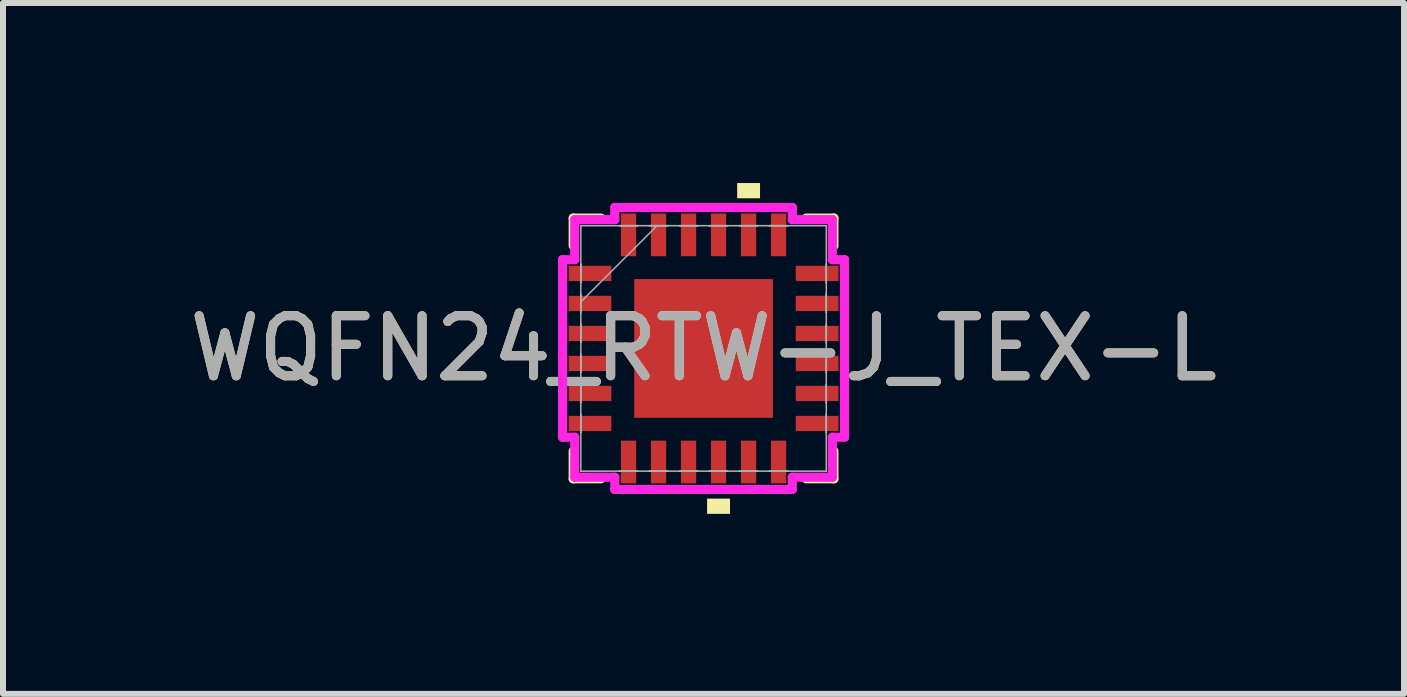
<source format=kicad_pcb>
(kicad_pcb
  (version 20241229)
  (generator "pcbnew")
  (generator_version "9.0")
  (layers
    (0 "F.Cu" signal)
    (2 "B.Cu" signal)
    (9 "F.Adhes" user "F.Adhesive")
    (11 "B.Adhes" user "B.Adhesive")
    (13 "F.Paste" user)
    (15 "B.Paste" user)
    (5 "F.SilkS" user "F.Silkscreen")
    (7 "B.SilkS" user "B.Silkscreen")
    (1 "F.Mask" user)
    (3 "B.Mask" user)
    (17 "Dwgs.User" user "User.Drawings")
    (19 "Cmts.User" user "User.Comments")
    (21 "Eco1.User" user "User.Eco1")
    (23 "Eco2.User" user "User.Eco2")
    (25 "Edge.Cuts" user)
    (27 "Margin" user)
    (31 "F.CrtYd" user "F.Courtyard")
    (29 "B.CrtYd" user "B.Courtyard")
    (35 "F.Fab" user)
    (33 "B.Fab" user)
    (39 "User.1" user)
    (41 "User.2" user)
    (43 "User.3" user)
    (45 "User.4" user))
  (footprint "WQFN24_RTW-J_TEX-L"
    (layer "F.Cu")
    (at 8.673 2.756)
    (property "Reference" "WQFN24_RTW-J_TEX-L" (at 0 0 0) (unlocked yes) (layer "F.SilkS") (effects (font (size 1 1) (thickness 0.15))))
    (attr smd)
    (fp_line (start -2.172 -2.172) (end -2.172 -1.71) (stroke (width 0.152) (type solid)) (layer "F.SilkS"))
    (fp_line (start -2.172 1.71) (end -2.172 2.172) (stroke (width 0.152) (type solid)) (layer "F.SilkS"))
    (fp_line (start -2.172 2.172) (end -1.71 2.172) (stroke (width 0.152) (type solid)) (layer "F.SilkS"))
    (fp_line (start -1.71 -2.172) (end -2.172 -2.172) (stroke (width 0.152) (type solid)) (layer "F.SilkS"))
    (fp_line (start 1.71 2.172) (end 2.172 2.172) (stroke (width 0.152) (type solid)) (layer "F.SilkS"))
    (fp_line (start 2.172 -2.172) (end 1.71 -2.172) (stroke (width 0.152) (type solid)) (layer "F.SilkS"))
    (fp_line (start 2.172 -1.71) (end 2.172 -2.172) (stroke (width 0.152) (type solid)) (layer "F.SilkS"))
    (fp_line (start 2.172 2.172) (end 2.172 1.71) (stroke (width 0.152) (type solid)) (layer "F.SilkS"))
    (fp_poly (pts (xy 0.059 2.502) (xy 0.059 2.756) (xy 0.441 2.756) (xy 0.441 2.502)) (stroke (width 0) (type solid)) (fill yes) (layer "F.SilkS"))
    (fp_poly (pts (xy 0.56 -2.502) (xy 0.56 -2.756) (xy 0.941 -2.756) (xy 0.941 -2.502)) (stroke (width 0) (type solid)) (fill yes) (layer "F.SilkS"))
    (fp_line (start -2.349 -1.479) (end -2.146 -1.479) (stroke (width 0.152) (type solid)) (layer "F.CrtYd"))
    (fp_line (start -2.349 1.479) (end -2.349 -1.479) (stroke (width 0.152) (type solid)) (layer "F.CrtYd"))
    (fp_line (start -2.146 -2.146) (end -1.479 -2.146) (stroke (width 0.152) (type solid)) (layer "F.CrtYd"))
    (fp_line (start -2.146 -1.479) (end -2.146 -2.146) (stroke (width 0.152) (type solid)) (layer "F.CrtYd"))
    (fp_line (start -2.146 1.479) (end -2.349 1.479) (stroke (width 0.152) (type solid)) (layer "F.CrtYd"))
    (fp_line (start -2.146 2.146) (end -2.146 1.479) (stroke (width 0.152) (type solid)) (layer "F.CrtYd"))
    (fp_line (start -1.479 -2.349) (end 1.479 -2.349) (stroke (width 0.152) (type solid)) (layer "F.CrtYd"))
    (fp_line (start -1.479 -2.146) (end -1.479 -2.349) (stroke (width 0.152) (type solid)) (layer "F.CrtYd"))
    (fp_line (start -1.479 2.146) (end -2.146 2.146) (stroke (width 0.152) (type solid)) (layer "F.CrtYd"))
    (fp_line (start -1.479 2.349) (end -1.479 2.146) (stroke (width 0.152) (type solid)) (layer "F.CrtYd"))
    (fp_line (start 1.479 -2.349) (end 1.479 -2.146) (stroke (width 0.152) (type solid)) (layer "F.CrtYd"))
    (fp_line (start 1.479 -2.146) (end 2.146 -2.146) (stroke (width 0.152) (type solid)) (layer "F.CrtYd"))
    (fp_line (start 1.479 2.146) (end 1.479 2.349) (stroke (width 0.152) (type solid)) (layer "F.CrtYd"))
    (fp_line (start 1.479 2.349) (end -1.479 2.349) (stroke (width 0.152) (type solid)) (layer "F.CrtYd"))
    (fp_line (start 2.146 -2.146) (end 2.146 -1.479) (stroke (width 0.152) (type solid)) (layer "F.CrtYd"))
    (fp_line (start 2.146 -1.479) (end 2.349 -1.479) (stroke (width 0.152) (type solid)) (layer "F.CrtYd"))
    (fp_line (start 2.146 1.479) (end 2.146 2.146) (stroke (width 0.152) (type solid)) (layer "F.CrtYd"))
    (fp_line (start 2.146 2.146) (end 1.479 2.146) (stroke (width 0.152) (type solid)) (layer "F.CrtYd"))
    (fp_line (start 2.349 -1.479) (end 2.349 1.479) (stroke (width 0.152) (type solid)) (layer "F.CrtYd"))
    (fp_line (start 2.349 1.479) (end 2.146 1.479) (stroke (width 0.152) (type solid)) (layer "F.CrtYd"))
    (fp_line (start -2.045 -2.045) (end -2.045 -2.045) (stroke (width 0.025) (type solid)) (layer "F.Fab"))
    (fp_line (start -2.045 -2.045) (end -2.045 2.045) (stroke (width 0.025) (type solid)) (layer "F.Fab"))
    (fp_line (start -2.045 -1.402) (end -2.045 -1.402) (stroke (width 0.025) (type solid)) (layer "F.Fab"))
    (fp_line (start -2.045 -1.402) (end -2.045 -1.098) (stroke (width 0.025) (type solid)) (layer "F.Fab"))
    (fp_line (start -2.045 -1.098) (end -2.045 -1.402) (stroke (width 0.025) (type solid)) (layer "F.Fab"))
    (fp_line (start -2.045 -1.098) (end -2.045 -1.098) (stroke (width 0.025) (type solid)) (layer "F.Fab"))
    (fp_line (start -2.045 -0.902) (end -2.045 -0.902) (stroke (width 0.025) (type solid)) (layer "F.Fab"))
    (fp_line (start -2.045 -0.902) (end -2.045 -0.598) (stroke (width 0.025) (type solid)) (layer "F.Fab"))
    (fp_line (start -2.045 -0.775) (end -0.775 -2.045) (stroke (width 0.025) (type solid)) (layer "F.Fab"))
    (fp_line (start -2.045 -0.598) (end -2.045 -0.902) (stroke (width 0.025) (type solid)) (layer "F.Fab"))
    (fp_line (start -2.045 -0.598) (end -2.045 -0.598) (stroke (width 0.025) (type solid)) (layer "F.Fab"))
    (fp_line (start -2.045 -0.402) (end -2.045 -0.402) (stroke (width 0.025) (type solid)) (layer "F.Fab"))
    (fp_line (start -2.045 -0.402) (end -2.045 -0.098) (stroke (width 0.025) (type solid)) (layer "F.Fab"))
    (fp_line (start -2.045 -0.098) (end -2.045 -0.402) (stroke (width 0.025) (type solid)) (layer "F.Fab"))
    (fp_line (start -2.045 -0.098) (end -2.045 -0.098) (stroke (width 0.025) (type solid)) (layer "F.Fab"))
    (fp_line (start -2.045 0.098) (end -2.045 0.098) (stroke (width 0.025) (type solid)) (layer "F.Fab"))
    (fp_line (start -2.045 0.098) (end -2.045 0.402) (stroke (width 0.025) (type solid)) (layer "F.Fab"))
    (fp_line (start -2.045 0.402) (end -2.045 0.098) (stroke (width 0.025) (type solid)) (layer "F.Fab"))
    (fp_line (start -2.045 0.402) (end -2.045 0.402) (stroke (width 0.025) (type solid)) (layer "F.Fab"))
    (fp_line (start -2.045 0.598) (end -2.045 0.598) (stroke (width 0.025) (type solid)) (layer "F.Fab"))
    (fp_line (start -2.045 0.598) (end -2.045 0.902) (stroke (width 0.025) (type solid)) (layer "F.Fab"))
    (fp_line (start -2.045 0.902) (end -2.045 0.598) (stroke (width 0.025) (type solid)) (layer "F.Fab"))
    (fp_line (start -2.045 0.902) (end -2.045 0.902) (stroke (width 0.025) (type solid)) (layer "F.Fab"))
    (fp_line (start -2.045 1.098) (end -2.045 1.098) (stroke (width 0.025) (type solid)) (layer "F.Fab"))
    (fp_line (start -2.045 1.098) (end -2.045 1.402) (stroke (width 0.025) (type solid)) (layer "F.Fab"))
    (fp_line (start -2.045 1.402) (end -2.045 1.098) (stroke (width 0.025) (type solid)) (layer "F.Fab"))
    (fp_line (start -2.045 1.402) (end -2.045 1.402) (stroke (width 0.025) (type solid)) (layer "F.Fab"))
    (fp_line (start -2.045 2.045) (end -2.045 2.045) (stroke (width 0.025) (type solid)) (layer "F.Fab"))
    (fp_line (start -2.045 2.045) (end 2.045 2.045) (stroke (width 0.025) (type solid)) (layer "F.Fab"))
    (fp_line (start -1.402 -2.045) (end -1.402 -2.045) (stroke (width 0.025) (type solid)) (layer "F.Fab"))
    (fp_line (start -1.402 -2.045) (end -1.098 -2.045) (stroke (width 0.025) (type solid)) (layer "F.Fab"))
    (fp_line (start -1.402 2.045) (end -1.402 2.045) (stroke (width 0.025) (type solid)) (layer "F.Fab"))
    (fp_line (start -1.402 2.045) (end -1.098 2.045) (stroke (width 0.025) (type solid)) (layer "F.Fab"))
    (fp_line (start -1.098 -2.045) (end -1.402 -2.045) (stroke (width 0.025) (type solid)) (layer "F.Fab"))
    (fp_line (start -1.098 -2.045) (end -1.098 -2.045) (stroke (width 0.025) (type solid)) (layer "F.Fab"))
    (fp_line (start -1.098 2.045) (end -1.402 2.045) (stroke (width 0.025) (type solid)) (layer "F.Fab"))
    (fp_line (start -1.098 2.045) (end -1.098 2.045) (stroke (width 0.025) (type solid)) (layer "F.Fab"))
    (fp_line (start -0.902 -2.045) (end -0.902 -2.045) (stroke (width 0.025) (type solid)) (layer "F.Fab"))
    (fp_line (start -0.902 -2.045) (end -0.598 -2.045) (stroke (width 0.025) (type solid)) (layer "F.Fab"))
    (fp_line (start -0.902 2.045) (end -0.902 2.045) (stroke (width 0.025) (type solid)) (layer "F.Fab"))
    (fp_line (start -0.902 2.045) (end -0.598 2.045) (stroke (width 0.025) (type solid)) (layer "F.Fab"))
    (fp_line (start -0.598 -2.045) (end -0.902 -2.045) (stroke (width 0.025) (type solid)) (layer "F.Fab"))
    (fp_line (start -0.598 -2.045) (end -0.598 -2.045) (stroke (width 0.025) (type solid)) (layer "F.Fab"))
    (fp_line (start -0.598 2.045) (end -0.902 2.045) (stroke (width 0.025) (type solid)) (layer "F.Fab"))
    (fp_line (start -0.598 2.045) (end -0.598 2.045) (stroke (width 0.025) (type solid)) (layer "F.Fab"))
    (fp_line (start -0.402 -2.045) (end -0.402 -2.045) (stroke (width 0.025) (type solid)) (layer "F.Fab"))
    (fp_line (start -0.402 -2.045) (end -0.098 -2.045) (stroke (width 0.025) (type solid)) (layer "F.Fab"))
    (fp_line (start -0.402 2.045) (end -0.402 2.045) (stroke (width 0.025) (type solid)) (layer "F.Fab"))
    (fp_line (start -0.402 2.045) (end -0.098 2.045) (stroke (width 0.025) (type solid)) (layer "F.Fab"))
    (fp_line (start -0.098 -2.045) (end -0.402 -2.045) (stroke (width 0.025) (type solid)) (layer "F.Fab"))
    (fp_line (start -0.098 -2.045) (end -0.098 -2.045) (stroke (width 0.025) (type solid)) (layer "F.Fab"))
    (fp_line (start -0.098 2.045) (end -0.402 2.045) (stroke (width 0.025) (type solid)) (layer "F.Fab"))
    (fp_line (start -0.098 2.045) (end -0.098 2.045) (stroke (width 0.025) (type solid)) (layer "F.Fab"))
    (fp_line (start 0.098 -2.045) (end 0.098 -2.045) (stroke (width 0.025) (type solid)) (layer "F.Fab"))
    (fp_line (start 0.098 -2.045) (end 0.402 -2.045) (stroke (width 0.025) (type solid)) (layer "F.Fab"))
    (fp_line (start 0.098 2.045) (end 0.098 2.045) (stroke (width 0.025) (type solid)) (layer "F.Fab"))
    (fp_line (start 0.098 2.045) (end 0.402 2.045) (stroke (width 0.025) (type solid)) (layer "F.Fab"))
    (fp_line (start 0.402 -2.045) (end 0.098 -2.045) (stroke (width 0.025) (type solid)) (layer "F.Fab"))
    (fp_line (start 0.402 -2.045) (end 0.402 -2.045) (stroke (width 0.025) (type solid)) (layer "F.Fab"))
    (fp_line (start 0.402 2.045) (end 0.098 2.045) (stroke (width 0.025) (type solid)) (layer "F.Fab"))
    (fp_line (start 0.402 2.045) (end 0.402 2.045) (stroke (width 0.025) (type solid)) (layer "F.Fab"))
    (fp_line (start 0.598 -2.045) (end 0.598 -2.045) (stroke (width 0.025) (type solid)) (layer "F.Fab"))
    (fp_line (start 0.598 -2.045) (end 0.902 -2.045) (stroke (width 0.025) (type solid)) (layer "F.Fab"))
    (fp_line (start 0.598 2.045) (end 0.598 2.045) (stroke (width 0.025) (type solid)) (layer "F.Fab"))
    (fp_line (start 0.598 2.045) (end 0.902 2.045) (stroke (width 0.025) (type solid)) (layer "F.Fab"))
    (fp_line (start 0.902 -2.045) (end 0.598 -2.045) (stroke (width 0.025) (type solid)) (layer "F.Fab"))
    (fp_line (start 0.902 -2.045) (end 0.902 -2.045) (stroke (width 0.025) (type solid)) (layer "F.Fab"))
    (fp_line (start 0.902 2.045) (end 0.598 2.045) (stroke (width 0.025) (type solid)) (layer "F.Fab"))
    (fp_line (start 0.902 2.045) (end 0.902 2.045) (stroke (width 0.025) (type solid)) (layer "F.Fab"))
    (fp_line (start 1.098 -2.045) (end 1.098 -2.045) (stroke (width 0.025) (type solid)) (layer "F.Fab"))
    (fp_line (start 1.098 -2.045) (end 1.402 -2.045) (stroke (width 0.025) (type solid)) (layer "F.Fab"))
    (fp_line (start 1.098 2.045) (end 1.098 2.045) (stroke (width 0.025) (type solid)) (layer "F.Fab"))
    (fp_line (start 1.098 2.045) (end 1.402 2.045) (stroke (width 0.025) (type solid)) (layer "F.Fab"))
    (fp_line (start 1.402 -2.045) (end 1.098 -2.045) (stroke (width 0.025) (type solid)) (layer "F.Fab"))
    (fp_line (start 1.402 -2.045) (end 1.402 -2.045) (stroke (width 0.025) (type solid)) (layer "F.Fab"))
    (fp_line (start 1.402 2.045) (end 1.098 2.045) (stroke (width 0.025) (type solid)) (layer "F.Fab"))
    (fp_line (start 1.402 2.045) (end 1.402 2.045) (stroke (width 0.025) (type solid)) (layer "F.Fab"))
    (fp_line (start 2.045 -2.045) (end -2.045 -2.045) (stroke (width 0.025) (type solid)) (layer "F.Fab"))
    (fp_line (start 2.045 -2.045) (end 2.045 -2.045) (stroke (width 0.025) (type solid)) (layer "F.Fab"))
    (fp_line (start 2.045 -1.402) (end 2.045 -1.402) (stroke (width 0.025) (type solid)) (layer "F.Fab"))
    (fp_line (start 2.045 -1.402) (end 2.045 -1.098) (stroke (width 0.025) (type solid)) (layer "F.Fab"))
    (fp_line (start 2.045 -1.098) (end 2.045 -1.402) (stroke (width 0.025) (type solid)) (layer "F.Fab"))
    (fp_line (start 2.045 -1.098) (end 2.045 -1.098) (stroke (width 0.025) (type solid)) (layer "F.Fab"))
    (fp_line (start 2.045 -0.902) (end 2.045 -0.902) (stroke (width 0.025) (type solid)) (layer "F.Fab"))
    (fp_line (start 2.045 -0.902) (end 2.045 -0.598) (stroke (width 0.025) (type solid)) (layer "F.Fab"))
    (fp_line (start 2.045 -0.598) (end 2.045 -0.902) (stroke (width 0.025) (type solid)) (layer "F.Fab"))
    (fp_line (start 2.045 -0.598) (end 2.045 -0.598) (stroke (width 0.025) (type solid)) (layer "F.Fab"))
    (fp_line (start 2.045 -0.402) (end 2.045 -0.402) (stroke (width 0.025) (type solid)) (layer "F.Fab"))
    (fp_line (start 2.045 -0.402) (end 2.045 -0.098) (stroke (width 0.025) (type solid)) (layer "F.Fab"))
    (fp_line (start 2.045 -0.098) (end 2.045 -0.402) (stroke (width 0.025) (type solid)) (layer "F.Fab"))
    (fp_line (start 2.045 -0.098) (end 2.045 -0.098) (stroke (width 0.025) (type solid)) (layer "F.Fab"))
    (fp_line (start 2.045 0.098) (end 2.045 0.098) (stroke (width 0.025) (type solid)) (layer "F.Fab"))
    (fp_line (start 2.045 0.098) (end 2.045 0.402) (stroke (width 0.025) (type solid)) (layer "F.Fab"))
    (fp_line (start 2.045 0.402) (end 2.045 0.098) (stroke (width 0.025) (type solid)) (layer "F.Fab"))
    (fp_line (start 2.045 0.402) (end 2.045 0.402) (stroke (width 0.025) (type solid)) (layer "F.Fab"))
    (fp_line (start 2.045 0.598) (end 2.045 0.598) (stroke (width 0.025) (type solid)) (layer "F.Fab"))
    (fp_line (start 2.045 0.598) (end 2.045 0.902) (stroke (width 0.025) (type solid)) (layer "F.Fab"))
    (fp_line (start 2.045 0.902) (end 2.045 0.598) (stroke (width 0.025) (type solid)) (layer "F.Fab"))
    (fp_line (start 2.045 0.902) (end 2.045 0.902) (stroke (width 0.025) (type solid)) (layer "F.Fab"))
    (fp_line (start 2.045 1.098) (end 2.045 1.098) (stroke (width 0.025) (type solid)) (layer "F.Fab"))
    (fp_line (start 2.045 1.098) (end 2.045 1.402) (stroke (width 0.025) (type solid)) (layer "F.Fab"))
    (fp_line (start 2.045 1.402) (end 2.045 1.098) (stroke (width 0.025) (type solid)) (layer "F.Fab"))
    (fp_line (start 2.045 1.402) (end 2.045 1.402) (stroke (width 0.025) (type solid)) (layer "F.Fab"))
    (fp_line (start 2.045 2.045) (end 2.045 -2.045) (stroke (width 0.025) (type solid)) (layer "F.Fab"))
    (fp_line (start 2.045 2.045) (end 2.045 2.045) (stroke (width 0.025) (type solid)) (layer "F.Fab"))
    (fp_text user "${REFERENCE}" (at 0 0 0) (unlocked yes) (layer "F.Fab") (effects (font (size 1 1) (thickness 0.15))))
    (pad "1" smd rect (at -1.892 -1.25 90) (size 0.254 0.711) (layers "F.Cu" "F.Mask" "F.Paste"))
    (pad "2" smd rect (at -1.892 -0.75 90) (size 0.254 0.711) (layers "F.Cu" "F.Mask" "F.Paste"))
    (pad "3" smd rect (at -1.892 -0.25 90) (size 0.254 0.711) (layers "F.Cu" "F.Mask" "F.Paste"))
    (pad "4" smd rect (at -1.892 0.25 90) (size 0.254 0.711) (layers "F.Cu" "F.Mask" "F.Paste"))
    (pad "5" smd rect (at -1.892 0.75 90) (size 0.254 0.711) (layers "F.Cu" "F.Mask" "F.Paste"))
    (pad "6" smd rect (at -1.892 1.25 90) (size 0.254 0.711) (layers "F.Cu" "F.Mask" "F.Paste"))
    (pad "7" smd rect (at -1.25 1.892) (size 0.254 0.711) (layers "F.Cu" "F.Mask" "F.Paste"))
    (pad "8" smd rect (at -0.75 1.892) (size 0.254 0.711) (layers "F.Cu" "F.Mask" "F.Paste"))
    (pad "9" smd rect (at -0.25 1.892) (size 0.254 0.711) (layers "F.Cu" "F.Mask" "F.Paste"))
    (pad "10" smd rect (at 0.25 1.892) (size 0.254 0.711) (layers "F.Cu" "F.Mask" "F.Paste"))
    (pad "11" smd rect (at 0.75 1.892) (size 0.254 0.711) (layers "F.Cu" "F.Mask" "F.Paste"))
    (pad "12" smd rect (at 1.25 1.892) (size 0.254 0.711) (layers "F.Cu" "F.Mask" "F.Paste"))
    (pad "13" smd rect (at 1.892 1.25 90) (size 0.254 0.711) (layers "F.Cu" "F.Mask" "F.Paste"))
    (pad "14" smd rect (at 1.892 0.75 90) (size 0.254 0.711) (layers "F.Cu" "F.Mask" "F.Paste"))
    (pad "15" smd rect (at 1.892 0.25 90) (size 0.254 0.711) (layers "F.Cu" "F.Mask" "F.Paste"))
    (pad "16" smd rect (at 1.892 -0.25 90) (size 0.254 0.711) (layers "F.Cu" "F.Mask" "F.Paste"))
    (pad "17" smd rect (at 1.892 -0.75 90) (size 0.254 0.711) (layers "F.Cu" "F.Mask" "F.Paste"))
    (pad "18" smd rect (at 1.892 -1.25 90) (size 0.254 0.711) (layers "F.Cu" "F.Mask" "F.Paste"))
    (pad "19" smd rect (at 1.25 -1.892) (size 0.254 0.711) (layers "F.Cu" "F.Mask" "F.Paste"))
    (pad "20" smd rect (at 0.75 -1.892) (size 0.254 0.711) (layers "F.Cu" "F.Mask" "F.Paste"))
    (pad "21" smd rect (at 0.25 -1.892) (size 0.254 0.711) (layers "F.Cu" "F.Mask" "F.Paste"))
    (pad "22" smd rect (at -0.25 -1.892) (size 0.254 0.711) (layers "F.Cu" "F.Mask" "F.Paste"))
    (pad "23" smd rect (at -0.75 -1.892) (size 0.254 0.711) (layers "F.Cu" "F.Mask" "F.Paste"))
    (pad "24" smd rect (at -1.25 -1.892) (size 0.254 0.711) (layers "F.Cu" "F.Mask" "F.Paste"))
    (pad "25" smd rect (at 0 0) (size 2.311 2.311) (layers "F.Cu" "F.Mask" "F.Paste")))
  (gr_rect
    (start -3 -3)
    (end 20.345 8.512)
    (stroke (width 0.1) (type default))
    (fill no)
    (layer "Edge.Cuts")))
</source>
